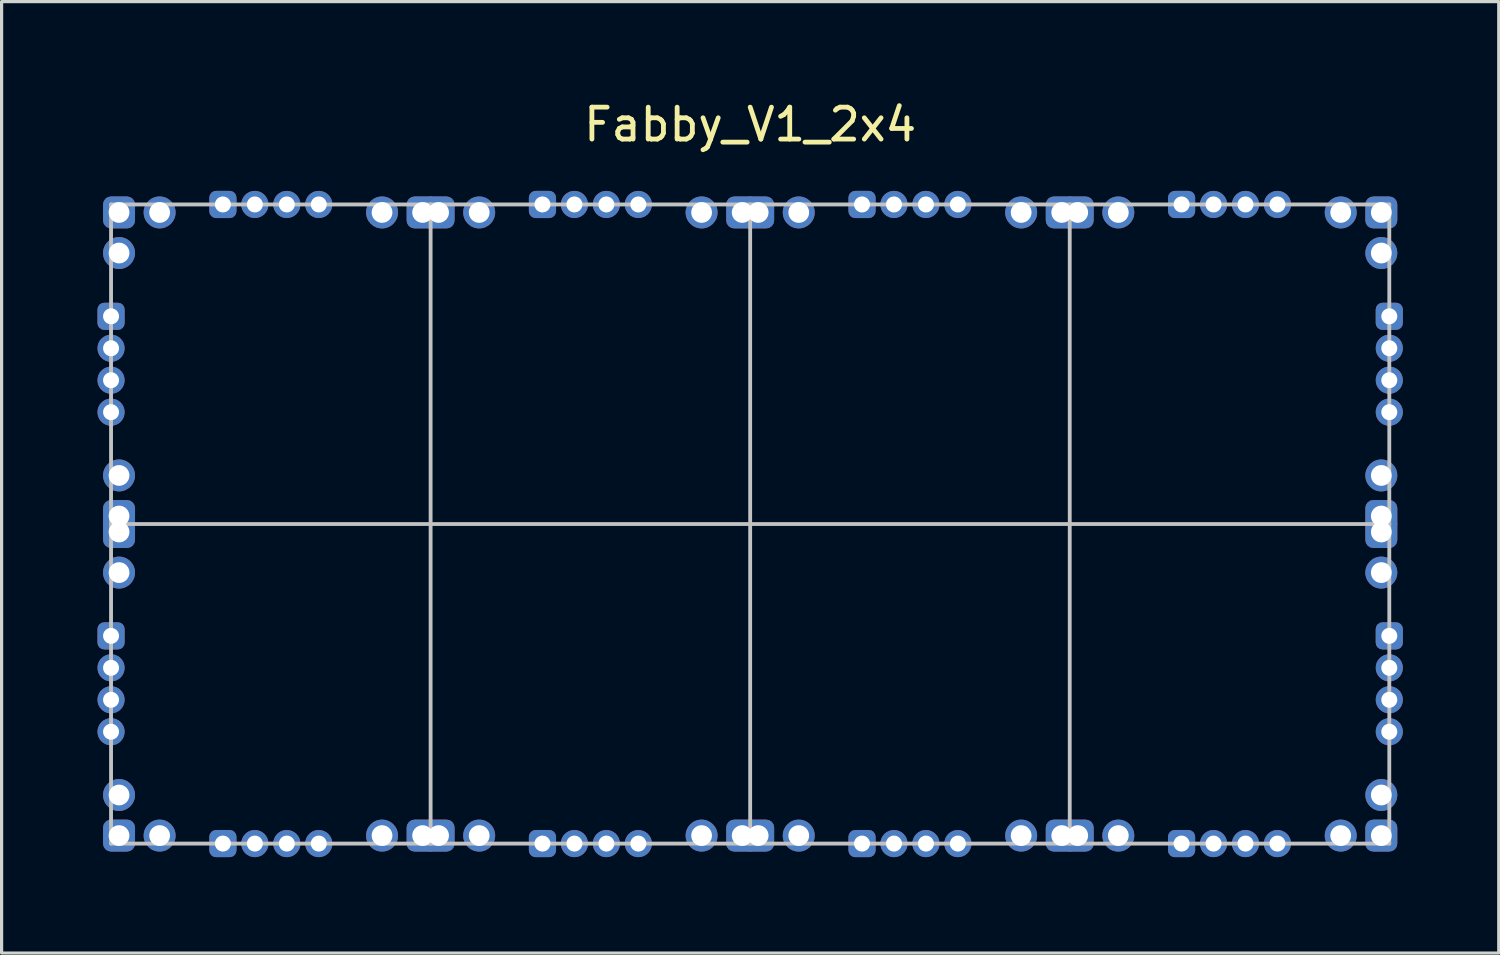
<source format=kicad_pcb>
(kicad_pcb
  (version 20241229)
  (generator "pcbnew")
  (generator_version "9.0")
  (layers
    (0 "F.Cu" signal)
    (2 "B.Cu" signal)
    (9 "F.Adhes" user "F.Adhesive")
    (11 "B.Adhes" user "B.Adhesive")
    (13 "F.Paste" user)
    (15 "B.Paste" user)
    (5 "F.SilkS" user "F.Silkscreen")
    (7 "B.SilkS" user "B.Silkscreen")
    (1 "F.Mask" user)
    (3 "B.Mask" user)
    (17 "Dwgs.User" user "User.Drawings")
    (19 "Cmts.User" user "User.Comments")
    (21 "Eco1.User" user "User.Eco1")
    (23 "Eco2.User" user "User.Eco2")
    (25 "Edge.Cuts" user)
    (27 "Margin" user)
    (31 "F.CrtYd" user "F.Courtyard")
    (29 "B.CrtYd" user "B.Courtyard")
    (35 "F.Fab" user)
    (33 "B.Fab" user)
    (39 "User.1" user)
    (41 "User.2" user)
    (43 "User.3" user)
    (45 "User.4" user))
  (footprint "Fabby_V1_2x4"
    (layer "F.Cu")
    (at 20.425 13.348)
    (property "Reference" "Fabby_V1_2x4" (at 0 -12.5 0) (layer "F.SilkS") (effects (font (size 1 1) (thickness 0.15))))
    (attr through_hole)
    (fp_line (start -20 -10) (end 20 -10) (stroke (width 0.12) (type solid)) (layer "Dwgs.User"))
    (fp_line (start -20 0) (end 20 0) (stroke (width 0.12) (type solid)) (layer "Dwgs.User"))
    (fp_line (start -20 10) (end -20 -10) (stroke (width 0.12) (type solid)) (layer "Dwgs.User"))
    (fp_line (start -20 10) (end 20 10) (stroke (width 0.12) (type solid)) (layer "Dwgs.User"))
    (fp_line (start -10 10) (end -10 -10) (stroke (width 0.12) (type solid)) (layer "Dwgs.User"))
    (fp_line (start 0 -10) (end 0 10) (stroke (width 0.12) (type solid)) (layer "Dwgs.User"))
    (fp_line (start 10 10) (end 10 -10) (stroke (width 0.12) (type solid)) (layer "Dwgs.User"))
    (fp_line (start 20 -10) (end 20 10) (stroke (width 0.12) (type solid)) (layer "Dwgs.User"))
    (pad "1" thru_hole roundrect (at -19.75 -9.75) (size 1 1) (drill 0.65) (layers "*.Cu" "*.Mask") (roundrect_rratio 0.25))
    (pad "2" thru_hole circle (at -18.48 -9.75) (size 1 1) (drill 0.65) (layers "*.Cu" "*.Mask"))
    (pad "3" thru_hole circle (at -11.52 -9.75 270) (size 1 1) (drill 0.65) (layers "*.Cu" "*.Mask"))
    (pad "4" thru_hole roundrect (at -10.25 -9.75 270) (size 1 1) (drill 0.65) (layers "*.Cu" "*.Mask") (roundrect_rratio 0.25))
    (pad "4" thru_hole roundrect (at -9.75 -9.75) (size 1 1) (drill 0.65) (layers "*.Cu" "*.Mask") (roundrect_rratio 0.25))
    (pad "5" thru_hole circle (at -8.48 -9.75) (size 1 1) (drill 0.65) (layers "*.Cu" "*.Mask"))
    (pad "6" thru_hole circle (at -1.52 -9.75 270) (size 1 1) (drill 0.65) (layers "*.Cu" "*.Mask"))
    (pad "7" thru_hole roundrect (at -0.25 -9.75 270) (size 1 1) (drill 0.65) (layers "*.Cu" "*.Mask") (roundrect_rratio 0.25))
    (pad "7" thru_hole roundrect (at 0.25 -9.75) (size 1 1) (drill 0.65) (layers "*.Cu" "*.Mask") (roundrect_rratio 0.25))
    (pad "8" thru_hole circle (at 1.52 -9.75) (size 1 1) (drill 0.65) (layers "*.Cu" "*.Mask"))
    (pad "9" thru_hole circle (at 8.48 -9.75 270) (size 1 1) (drill 0.65) (layers "*.Cu" "*.Mask"))
    (pad "10" thru_hole roundrect (at 9.75 -9.75 270) (size 1 1) (drill 0.65) (layers "*.Cu" "*.Mask") (roundrect_rratio 0.25))
    (pad "10" thru_hole roundrect (at 10.25 -9.75) (size 1 1) (drill 0.65) (layers "*.Cu" "*.Mask") (roundrect_rratio 0.25))
    (pad "11" thru_hole circle (at 11.52 -9.75) (size 1 1) (drill 0.65) (layers "*.Cu" "*.Mask"))
    (pad "12" thru_hole circle (at 18.48 -9.75 270) (size 1 1) (drill 0.65) (layers "*.Cu" "*.Mask"))
    (pad "13" thru_hole roundrect (at 19.75 -9.75 270) (size 1 1) (drill 0.65) (layers "*.Cu" "*.Mask") (roundrect_rratio 0.25))
    (pad "14" thru_hole circle (at 19.75 -8.48 270) (size 1 1) (drill 0.65) (layers "*.Cu" "*.Mask"))
    (pad "15" thru_hole circle (at 19.75 -1.52 180) (size 1 1) (drill 0.65) (layers "*.Cu" "*.Mask"))
    (pad "16" thru_hole roundrect (at 19.75 -0.25 180) (size 1 1) (drill 0.65) (layers "*.Cu" "*.Mask") (roundrect_rratio 0.25))
    (pad "16" thru_hole roundrect (at 19.75 0.25 270) (size 1 1) (drill 0.65) (layers "*.Cu" "*.Mask") (roundrect_rratio 0.25))
    (pad "17" thru_hole circle (at 19.75 1.52 270) (size 1 1) (drill 0.65) (layers "*.Cu" "*.Mask"))
    (pad "18" thru_hole circle (at 19.75 8.48 180) (size 1 1) (drill 0.65) (layers "*.Cu" "*.Mask"))
    (pad "19" thru_hole roundrect (at 19.75 9.75 180) (size 1 1) (drill 0.65) (layers "*.Cu" "*.Mask") (roundrect_rratio 0.25))
    (pad "20" thru_hole circle (at 18.48 9.75 180) (size 1 1) (drill 0.65) (layers "*.Cu" "*.Mask"))
    (pad "21" thru_hole circle (at 11.52 9.75 90) (size 1 1) (drill 0.65) (layers "*.Cu" "*.Mask"))
    (pad "22" thru_hole roundrect (at 9.75 9.75 180) (size 1 1) (drill 0.65) (layers "*.Cu" "*.Mask") (roundrect_rratio 0.25))
    (pad "22" thru_hole roundrect (at 10.25 9.75 90) (size 1 1) (drill 0.65) (layers "*.Cu" "*.Mask") (roundrect_rratio 0.25))
    (pad "23" thru_hole circle (at 8.48 9.75 180) (size 1 1) (drill 0.65) (layers "*.Cu" "*.Mask"))
    (pad "24" thru_hole circle (at 1.52 9.75 90) (size 1 1) (drill 0.65) (layers "*.Cu" "*.Mask"))
    (pad "25" thru_hole roundrect (at -0.25 9.75 180) (size 1 1) (drill 0.65) (layers "*.Cu" "*.Mask") (roundrect_rratio 0.25))
    (pad "25" thru_hole roundrect (at 0.25 9.75 90) (size 1 1) (drill 0.65) (layers "*.Cu" "*.Mask") (roundrect_rratio 0.25))
    (pad "26" thru_hole circle (at -1.52 9.75 180) (size 1 1) (drill 0.65) (layers "*.Cu" "*.Mask"))
    (pad "27" thru_hole circle (at -8.48 9.75 90) (size 1 1) (drill 0.65) (layers "*.Cu" "*.Mask"))
    (pad "28" thru_hole roundrect (at -10.25 9.75 180) (size 1 1) (drill 0.65) (layers "*.Cu" "*.Mask") (roundrect_rratio 0.25))
    (pad "28" thru_hole roundrect (at -9.75 9.75 90) (size 1 1) (drill 0.65) (layers "*.Cu" "*.Mask") (roundrect_rratio 0.25))
    (pad "29" thru_hole circle (at -11.52 9.75 180) (size 1 1) (drill 0.65) (layers "*.Cu" "*.Mask"))
    (pad "30" thru_hole circle (at -18.48 9.75 90) (size 1 1) (drill 0.65) (layers "*.Cu" "*.Mask"))
    (pad "31" thru_hole roundrect (at -19.75 9.75 90) (size 1 1) (drill 0.65) (layers "*.Cu" "*.Mask") (roundrect_rratio 0.25))
    (pad "32" thru_hole circle (at -19.75 8.48 90) (size 1 1) (drill 0.65) (layers "*.Cu" "*.Mask"))
    (pad "33" thru_hole circle (at -19.75 1.52) (size 1 1) (drill 0.65) (layers "*.Cu" "*.Mask"))
    (pad "34" thru_hole roundrect (at -19.75 -0.25 90) (size 1 1) (drill 0.65) (layers "*.Cu" "*.Mask") (roundrect_rratio 0.25))
    (pad "34" thru_hole roundrect (at -19.75 0.25) (size 1 1) (drill 0.65) (layers "*.Cu" "*.Mask") (roundrect_rratio 0.25))
    (pad "35" thru_hole circle (at -19.75 -1.52 90) (size 1 1) (drill 0.65) (layers "*.Cu" "*.Mask"))
    (pad "36" thru_hole circle (at -19.75 -8.48) (size 1 1) (drill 0.65) (layers "*.Cu" "*.Mask"))
    (pad "37" thru_hole roundrect (at -16.5 -10 90) (size 0.85 0.85) (drill 0.5) (layers "*.Cu" "*.Mask") (roundrect_rratio 0.25))
    (pad "38" thru_hole circle (at -15.5 -10 90) (size 0.85 0.85) (drill 0.5) (layers "*.Cu" "*.Mask"))
    (pad "39" thru_hole circle (at -14.5 -10 90) (size 0.85 0.85) (drill 0.5) (layers "*.Cu" "*.Mask"))
    (pad "40" thru_hole circle (at -13.5 -10 90) (size 0.85 0.85) (drill 0.5) (layers "*.Cu" "*.Mask"))
    (pad "41" thru_hole roundrect (at -6.5 -10 90) (size 0.85 0.85) (drill 0.5) (layers "*.Cu" "*.Mask") (roundrect_rratio 0.25))
    (pad "42" thru_hole circle (at -5.5 -10 90) (size 0.85 0.85) (drill 0.5) (layers "*.Cu" "*.Mask"))
    (pad "43" thru_hole circle (at -4.5 -10 90) (size 0.85 0.85) (drill 0.5) (layers "*.Cu" "*.Mask"))
    (pad "44" thru_hole circle (at -3.5 -10 90) (size 0.85 0.85) (drill 0.5) (layers "*.Cu" "*.Mask"))
    (pad "45" thru_hole roundrect (at 3.5 -10 90) (size 0.85 0.85) (drill 0.5) (layers "*.Cu" "*.Mask") (roundrect_rratio 0.25))
    (pad "46" thru_hole circle (at 4.5 -10 90) (size 0.85 0.85) (drill 0.5) (layers "*.Cu" "*.Mask"))
    (pad "47" thru_hole circle (at 5.5 -10 90) (size 0.85 0.85) (drill 0.5) (layers "*.Cu" "*.Mask"))
    (pad "48" thru_hole circle (at 6.5 -10 90) (size 0.85 0.85) (drill 0.5) (layers "*.Cu" "*.Mask"))
    (pad "49" thru_hole roundrect (at 13.5 -10 90) (size 0.85 0.85) (drill 0.5) (layers "*.Cu" "*.Mask") (roundrect_rratio 0.25))
    (pad "50" thru_hole circle (at 14.5 -10 90) (size 0.85 0.85) (drill 0.5) (layers "*.Cu" "*.Mask"))
    (pad "51" thru_hole circle (at 15.5 -10 90) (size 0.85 0.85) (drill 0.5) (layers "*.Cu" "*.Mask"))
    (pad "52" thru_hole circle (at 16.5 -10 90) (size 0.85 0.85) (drill 0.5) (layers "*.Cu" "*.Mask"))
    (pad "53" thru_hole roundrect (at -16.5 10 90) (size 0.85 0.85) (drill 0.5) (layers "*.Cu" "*.Mask") (roundrect_rratio 0.25))
    (pad "54" thru_hole circle (at -15.5 10 90) (size 0.85 0.85) (drill 0.5) (layers "*.Cu" "*.Mask"))
    (pad "55" thru_hole circle (at -14.5 10 90) (size 0.85 0.85) (drill 0.5) (layers "*.Cu" "*.Mask"))
    (pad "56" thru_hole circle (at -13.5 10 90) (size 0.85 0.85) (drill 0.5) (layers "*.Cu" "*.Mask"))
    (pad "57" thru_hole roundrect (at -6.5 10 90) (size 0.85 0.85) (drill 0.5) (layers "*.Cu" "*.Mask") (roundrect_rratio 0.25))
    (pad "58" thru_hole circle (at -5.5 10 90) (size 0.85 0.85) (drill 0.5) (layers "*.Cu" "*.Mask"))
    (pad "59" thru_hole circle (at -4.5 10 90) (size 0.85 0.85) (drill 0.5) (layers "*.Cu" "*.Mask"))
    (pad "60" thru_hole circle (at -3.5 10 90) (size 0.85 0.85) (drill 0.5) (layers "*.Cu" "*.Mask"))
    (pad "61" thru_hole roundrect (at 3.5 10 90) (size 0.85 0.85) (drill 0.5) (layers "*.Cu" "*.Mask") (roundrect_rratio 0.25))
    (pad "62" thru_hole circle (at 4.5 10 90) (size 0.85 0.85) (drill 0.5) (layers "*.Cu" "*.Mask"))
    (pad "63" thru_hole circle (at 5.5 10 90) (size 0.85 0.85) (drill 0.5) (layers "*.Cu" "*.Mask"))
    (pad "64" thru_hole circle (at 6.5 10 90) (size 0.85 0.85) (drill 0.5) (layers "*.Cu" "*.Mask"))
    (pad "65" thru_hole roundrect (at 13.5 10 90) (size 0.85 0.85) (drill 0.5) (layers "*.Cu" "*.Mask") (roundrect_rratio 0.25))
    (pad "66" thru_hole circle (at 14.5 10 90) (size 0.85 0.85) (drill 0.5) (layers "*.Cu" "*.Mask"))
    (pad "67" thru_hole circle (at 15.5 10 90) (size 0.85 0.85) (drill 0.5) (layers "*.Cu" "*.Mask"))
    (pad "68" thru_hole circle (at 16.5 10 90) (size 0.85 0.85) (drill 0.5) (layers "*.Cu" "*.Mask"))
    (pad "69" thru_hole roundrect (at -20 -6.5 180) (size 0.85 0.85) (drill 0.5) (layers "*.Cu" "*.Mask") (roundrect_rratio 0.25))
    (pad "70" thru_hole circle (at -20 -5.5 180) (size 0.85 0.85) (drill 0.5) (layers "*.Cu" "*.Mask"))
    (pad "71" thru_hole circle (at -20 -4.5 180) (size 0.85 0.85) (drill 0.5) (layers "*.Cu" "*.Mask"))
    (pad "72" thru_hole circle (at -20 -3.5 180) (size 0.85 0.85) (drill 0.5) (layers "*.Cu" "*.Mask"))
    (pad "73" thru_hole roundrect (at -20 3.5 180) (size 0.85 0.85) (drill 0.5) (layers "*.Cu" "*.Mask") (roundrect_rratio 0.25))
    (pad "74" thru_hole circle (at -20 4.5 180) (size 0.85 0.85) (drill 0.5) (layers "*.Cu" "*.Mask"))
    (pad "75" thru_hole circle (at -20 5.5 180) (size 0.85 0.85) (drill 0.5) (layers "*.Cu" "*.Mask"))
    (pad "76" thru_hole circle (at -20 6.5 180) (size 0.85 0.85) (drill 0.5) (layers "*.Cu" "*.Mask"))
    (pad "77" thru_hole roundrect (at 20 -6.5 180) (size 0.85 0.85) (drill 0.5) (layers "*.Cu" "*.Mask") (roundrect_rratio 0.25))
    (pad "78" thru_hole circle (at 20 -5.5 180) (size 0.85 0.85) (drill 0.5) (layers "*.Cu" "*.Mask"))
    (pad "79" thru_hole circle (at 20 -4.5 180) (size 0.85 0.85) (drill 0.5) (layers "*.Cu" "*.Mask"))
    (pad "80" thru_hole circle (at 20 -3.5 180) (size 0.85 0.85) (drill 0.5) (layers "*.Cu" "*.Mask"))
    (pad "81" thru_hole roundrect (at 20 3.5 180) (size 0.85 0.85) (drill 0.5) (layers "*.Cu" "*.Mask") (roundrect_rratio 0.25))
    (pad "82" thru_hole circle (at 20 4.5 180) (size 0.85 0.85) (drill 0.5) (layers "*.Cu" "*.Mask"))
    (pad "83" thru_hole circle (at 20 5.5 180) (size 0.85 0.85) (drill 0.5) (layers "*.Cu" "*.Mask"))
    (pad "84" thru_hole circle (at 20 6.5 180) (size 0.85 0.85) (drill 0.5) (layers "*.Cu" "*.Mask")))
  (gr_rect
    (start -3 -3)
    (end 43.85 26.773)
    (stroke (width 0.1) (type default))
    (fill no)
    (layer "Edge.Cuts")))
</source>
